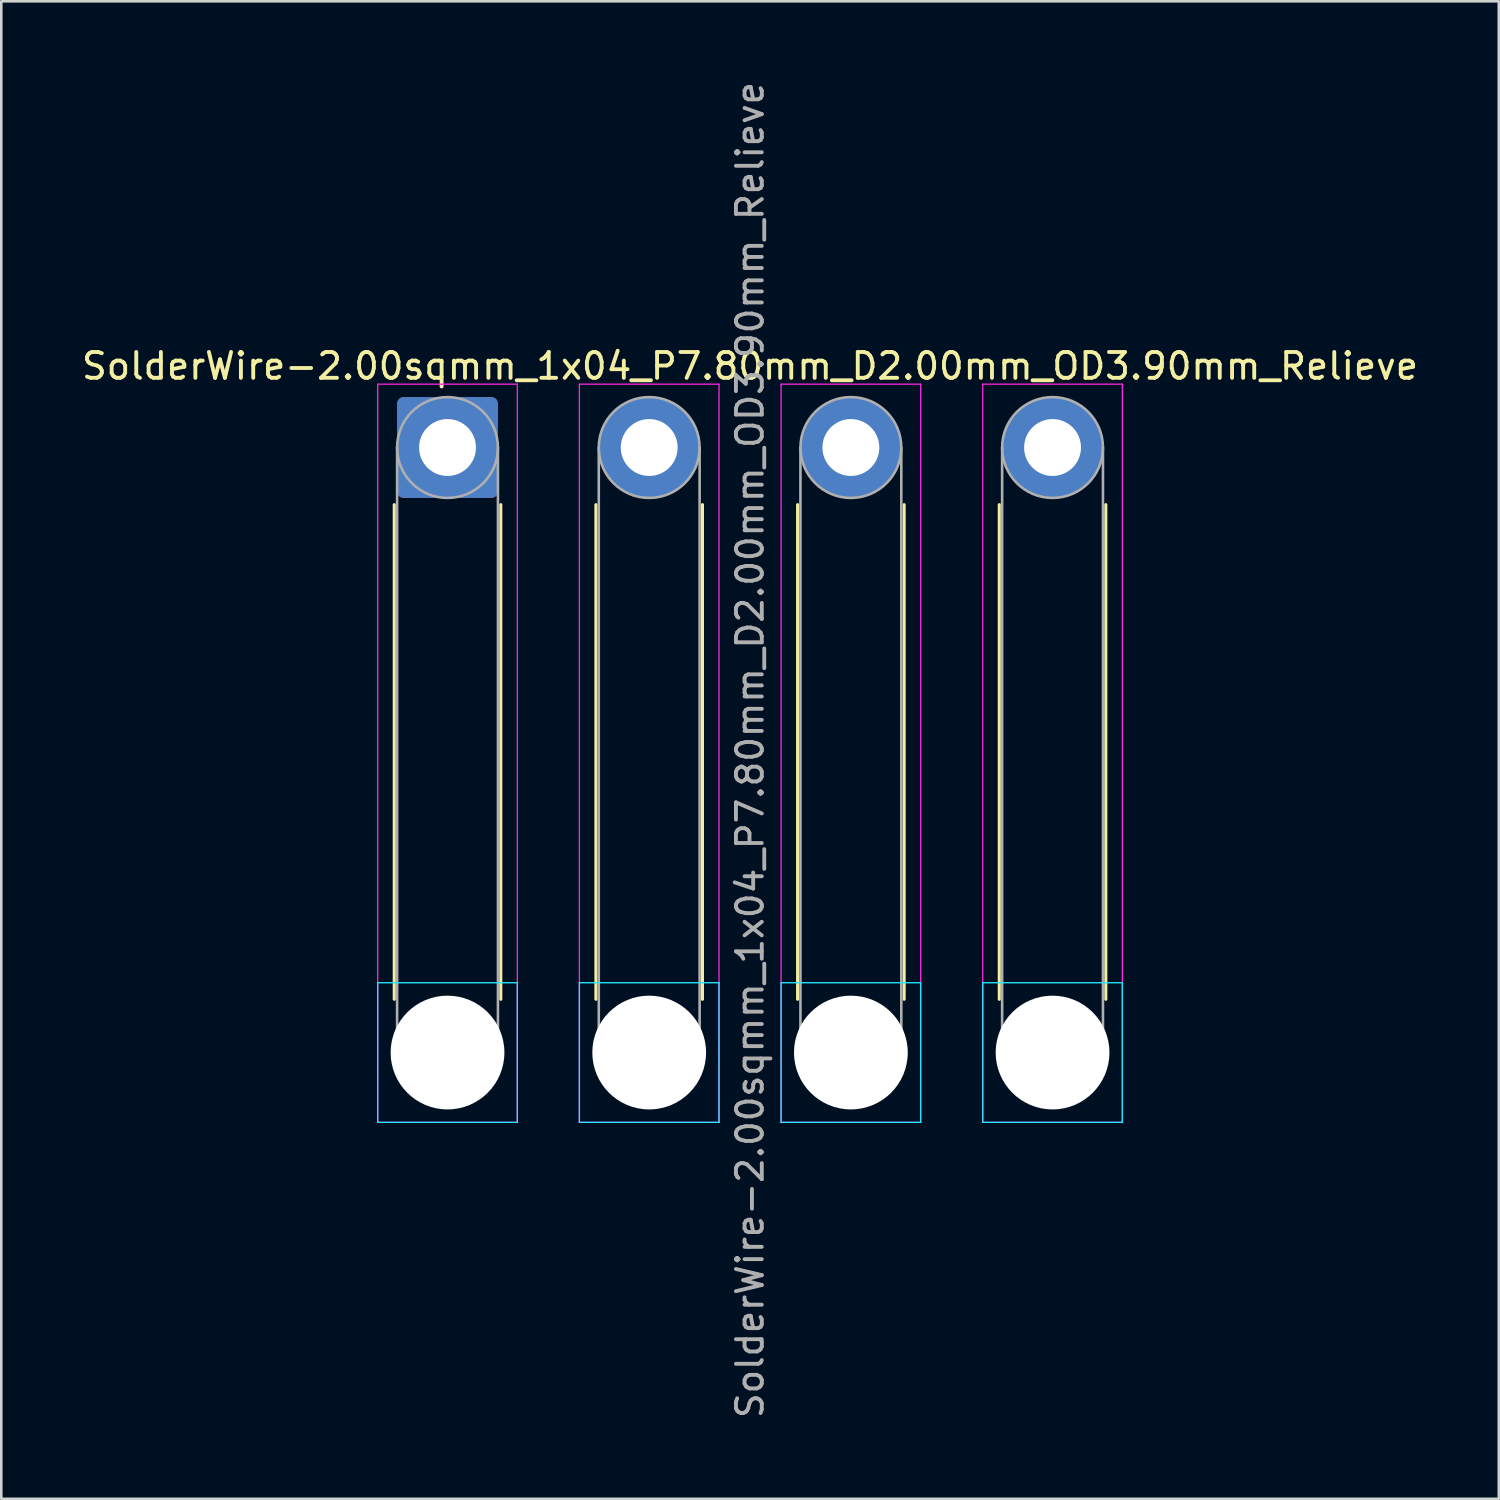
<source format=kicad_pcb>
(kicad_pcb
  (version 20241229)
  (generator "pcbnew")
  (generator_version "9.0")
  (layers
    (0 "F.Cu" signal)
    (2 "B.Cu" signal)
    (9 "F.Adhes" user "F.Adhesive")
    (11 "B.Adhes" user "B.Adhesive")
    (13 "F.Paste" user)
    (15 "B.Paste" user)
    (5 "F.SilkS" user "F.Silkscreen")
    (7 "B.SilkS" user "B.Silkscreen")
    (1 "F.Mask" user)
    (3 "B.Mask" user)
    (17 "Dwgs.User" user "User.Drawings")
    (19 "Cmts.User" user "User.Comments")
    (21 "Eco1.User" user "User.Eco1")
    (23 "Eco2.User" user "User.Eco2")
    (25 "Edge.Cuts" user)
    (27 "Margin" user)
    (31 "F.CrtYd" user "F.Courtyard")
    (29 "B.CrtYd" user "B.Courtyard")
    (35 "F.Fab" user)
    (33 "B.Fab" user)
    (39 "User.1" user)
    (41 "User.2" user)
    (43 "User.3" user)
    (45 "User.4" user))
  (footprint "SolderWire-2.00sqmm_1x04_P7.80mm_D2.00mm_OD3.90mm_Relieve"
    (layer "F.Cu")
    (at 14.258 14.258)
    (property "Reference" "SolderWire-2.00sqmm_1x04_P7.80mm_D2.00mm_OD3.90mm_Relieve" (at 11.7 -3.15 0) (layer "F.SilkS") (effects (font (size 1 1) (thickness 0.15))))
    (attr exclude_from_pos_files exclude_from_bom)
    (fp_line (start -2.06 2.21) (end -2.06 21.34) (stroke (width 0.12) (type solid)) (layer "F.SilkS"))
    (fp_line (start 2.06 2.21) (end 2.06 21.34) (stroke (width 0.12) (type solid)) (layer "F.SilkS"))
    (fp_line (start 5.74 2.21) (end 5.74 21.34) (stroke (width 0.12) (type solid)) (layer "F.SilkS"))
    (fp_line (start 9.86 2.21) (end 9.86 21.34) (stroke (width 0.12) (type solid)) (layer "F.SilkS"))
    (fp_line (start 13.54 2.21) (end 13.54 21.34) (stroke (width 0.12) (type solid)) (layer "F.SilkS"))
    (fp_line (start 17.66 2.21) (end 17.66 21.34) (stroke (width 0.12) (type solid)) (layer "F.SilkS"))
    (fp_line (start 21.34 2.21) (end 21.34 21.34) (stroke (width 0.12) (type solid)) (layer "F.SilkS"))
    (fp_line (start 25.46 2.21) (end 25.46 21.34) (stroke (width 0.12) (type solid)) (layer "F.SilkS"))
    (fp_line (start -2.7 20.7) (end -2.7 26.1) (stroke (width 0.05) (type solid)) (layer "B.CrtYd"))
    (fp_line (start -2.7 26.1) (end 2.7 26.1) (stroke (width 0.05) (type solid)) (layer "B.CrtYd"))
    (fp_line (start 2.7 20.7) (end -2.7 20.7) (stroke (width 0.05) (type solid)) (layer "B.CrtYd"))
    (fp_line (start 2.7 26.1) (end 2.7 20.7) (stroke (width 0.05) (type solid)) (layer "B.CrtYd"))
    (fp_line (start 5.1 20.7) (end 5.1 26.1) (stroke (width 0.05) (type solid)) (layer "B.CrtYd"))
    (fp_line (start 5.1 26.1) (end 10.5 26.1) (stroke (width 0.05) (type solid)) (layer "B.CrtYd"))
    (fp_line (start 10.5 20.7) (end 5.1 20.7) (stroke (width 0.05) (type solid)) (layer "B.CrtYd"))
    (fp_line (start 10.5 26.1) (end 10.5 20.7) (stroke (width 0.05) (type solid)) (layer "B.CrtYd"))
    (fp_line (start 12.9 20.7) (end 12.9 26.1) (stroke (width 0.05) (type solid)) (layer "B.CrtYd"))
    (fp_line (start 12.9 26.1) (end 18.3 26.1) (stroke (width 0.05) (type solid)) (layer "B.CrtYd"))
    (fp_line (start 18.3 20.7) (end 12.9 20.7) (stroke (width 0.05) (type solid)) (layer "B.CrtYd"))
    (fp_line (start 18.3 26.1) (end 18.3 20.7) (stroke (width 0.05) (type solid)) (layer "B.CrtYd"))
    (fp_line (start 20.7 20.7) (end 20.7 26.1) (stroke (width 0.05) (type solid)) (layer "B.CrtYd"))
    (fp_line (start 20.7 26.1) (end 26.1 26.1) (stroke (width 0.05) (type solid)) (layer "B.CrtYd"))
    (fp_line (start 26.1 20.7) (end 20.7 20.7) (stroke (width 0.05) (type solid)) (layer "B.CrtYd"))
    (fp_line (start 26.1 26.1) (end 26.1 20.7) (stroke (width 0.05) (type solid)) (layer "B.CrtYd"))
    (fp_line (start -2.7 -2.45) (end -2.7 26.1) (stroke (width 0.05) (type solid)) (layer "F.CrtYd"))
    (fp_line (start -2.7 26.1) (end 2.7 26.1) (stroke (width 0.05) (type solid)) (layer "F.CrtYd"))
    (fp_line (start 2.7 -2.45) (end -2.7 -2.45) (stroke (width 0.05) (type solid)) (layer "F.CrtYd"))
    (fp_line (start 2.7 26.1) (end 2.7 -2.45) (stroke (width 0.05) (type solid)) (layer "F.CrtYd"))
    (fp_line (start 5.1 -2.45) (end 5.1 26.1) (stroke (width 0.05) (type solid)) (layer "F.CrtYd"))
    (fp_line (start 5.1 26.1) (end 10.5 26.1) (stroke (width 0.05) (type solid)) (layer "F.CrtYd"))
    (fp_line (start 10.5 -2.45) (end 5.1 -2.45) (stroke (width 0.05) (type solid)) (layer "F.CrtYd"))
    (fp_line (start 10.5 26.1) (end 10.5 -2.45) (stroke (width 0.05) (type solid)) (layer "F.CrtYd"))
    (fp_line (start 12.9 -2.45) (end 12.9 26.1) (stroke (width 0.05) (type solid)) (layer "F.CrtYd"))
    (fp_line (start 12.9 26.1) (end 18.3 26.1) (stroke (width 0.05) (type solid)) (layer "F.CrtYd"))
    (fp_line (start 18.3 -2.45) (end 12.9 -2.45) (stroke (width 0.05) (type solid)) (layer "F.CrtYd"))
    (fp_line (start 18.3 26.1) (end 18.3 -2.45) (stroke (width 0.05) (type solid)) (layer "F.CrtYd"))
    (fp_line (start 20.7 -2.45) (end 20.7 26.1) (stroke (width 0.05) (type solid)) (layer "F.CrtYd"))
    (fp_line (start 20.7 26.1) (end 26.1 26.1) (stroke (width 0.05) (type solid)) (layer "F.CrtYd"))
    (fp_line (start 26.1 -2.45) (end 20.7 -2.45) (stroke (width 0.05) (type solid)) (layer "F.CrtYd"))
    (fp_line (start 26.1 26.1) (end 26.1 -2.45) (stroke (width 0.05) (type solid)) (layer "F.CrtYd"))
    (fp_line (start -1.95 0) (end -1.95 23.4) (stroke (width 0.1) (type solid)) (layer "F.Fab"))
    (fp_line (start 1.95 0) (end 1.95 23.4) (stroke (width 0.1) (type solid)) (layer "F.Fab"))
    (fp_line (start 5.85 0) (end 5.85 23.4) (stroke (width 0.1) (type solid)) (layer "F.Fab"))
    (fp_line (start 9.75 0) (end 9.75 23.4) (stroke (width 0.1) (type solid)) (layer "F.Fab"))
    (fp_line (start 13.65 0) (end 13.65 23.4) (stroke (width 0.1) (type solid)) (layer "F.Fab"))
    (fp_line (start 17.55 0) (end 17.55 23.4) (stroke (width 0.1) (type solid)) (layer "F.Fab"))
    (fp_line (start 21.45 0) (end 21.45 23.4) (stroke (width 0.1) (type solid)) (layer "F.Fab"))
    (fp_line (start 25.35 0) (end 25.35 23.4) (stroke (width 0.1) (type solid)) (layer "F.Fab"))
    (fp_circle (center 0 0) (end 1.95 0) (stroke (width 0.1) (type solid)) (fill no) (layer "F.Fab"))
    (fp_circle (center 0 23.4) (end 1.95 23.4) (stroke (width 0.1) (type solid)) (fill no) (layer "F.Fab"))
    (fp_circle (center 7.8 0) (end 9.75 0) (stroke (width 0.1) (type solid)) (fill no) (layer "F.Fab"))
    (fp_circle (center 7.8 23.4) (end 9.75 23.4) (stroke (width 0.1) (type solid)) (fill no) (layer "F.Fab"))
    (fp_circle (center 15.6 0) (end 17.55 0) (stroke (width 0.1) (type solid)) (fill no) (layer "F.Fab"))
    (fp_circle (center 15.6 23.4) (end 17.55 23.4) (stroke (width 0.1) (type solid)) (fill no) (layer "F.Fab"))
    (fp_circle (center 23.4 0) (end 25.35 0) (stroke (width 0.1) (type solid)) (fill no) (layer "F.Fab"))
    (fp_circle (center 23.4 23.4) (end 25.35 23.4) (stroke (width 0.1) (type solid)) (fill no) (layer "F.Fab"))
    (fp_text user "${REFERENCE}" (at 11.7 11.7 90) (layer "F.Fab") (effects (font (size 1 1) (thickness 0.15))))
    (pad "" np_thru_hole circle (at 0 23.4) (size 4.4 4.4) (drill 4.4) (layers "*.Cu" "*.Mask"))
    (pad "" np_thru_hole circle (at 7.8 23.4) (size 4.4 4.4) (drill 4.4) (layers "*.Cu" "*.Mask"))
    (pad "" np_thru_hole circle (at 15.6 23.4) (size 4.4 4.4) (drill 4.4) (layers "*.Cu" "*.Mask"))
    (pad "" np_thru_hole circle (at 23.4 23.4) (size 4.4 4.4) (drill 4.4) (layers "*.Cu" "*.Mask"))
    (pad "1" thru_hole roundrect (at 0 0) (size 3.9 3.9) (drill 2.2) (layers "*.Cu" "*.Mask") (roundrect_rratio 0.064))
    (pad "2" thru_hole circle (at 7.8 0) (size 3.9 3.9) (drill 2.2) (layers "*.Cu" "*.Mask"))
    (pad "3" thru_hole circle (at 15.6 0) (size 3.9 3.9) (drill 2.2) (layers "*.Cu" "*.Mask"))
    (pad "4" thru_hole circle (at 23.4 0) (size 3.9 3.9) (drill 2.2) (layers "*.Cu" "*.Mask")))
  (gr_rect
    (start -3 -3)
    (end 54.917 54.917)
    (stroke (width 0.1) (type default))
    (fill no)
    (layer "Edge.Cuts")))
</source>
